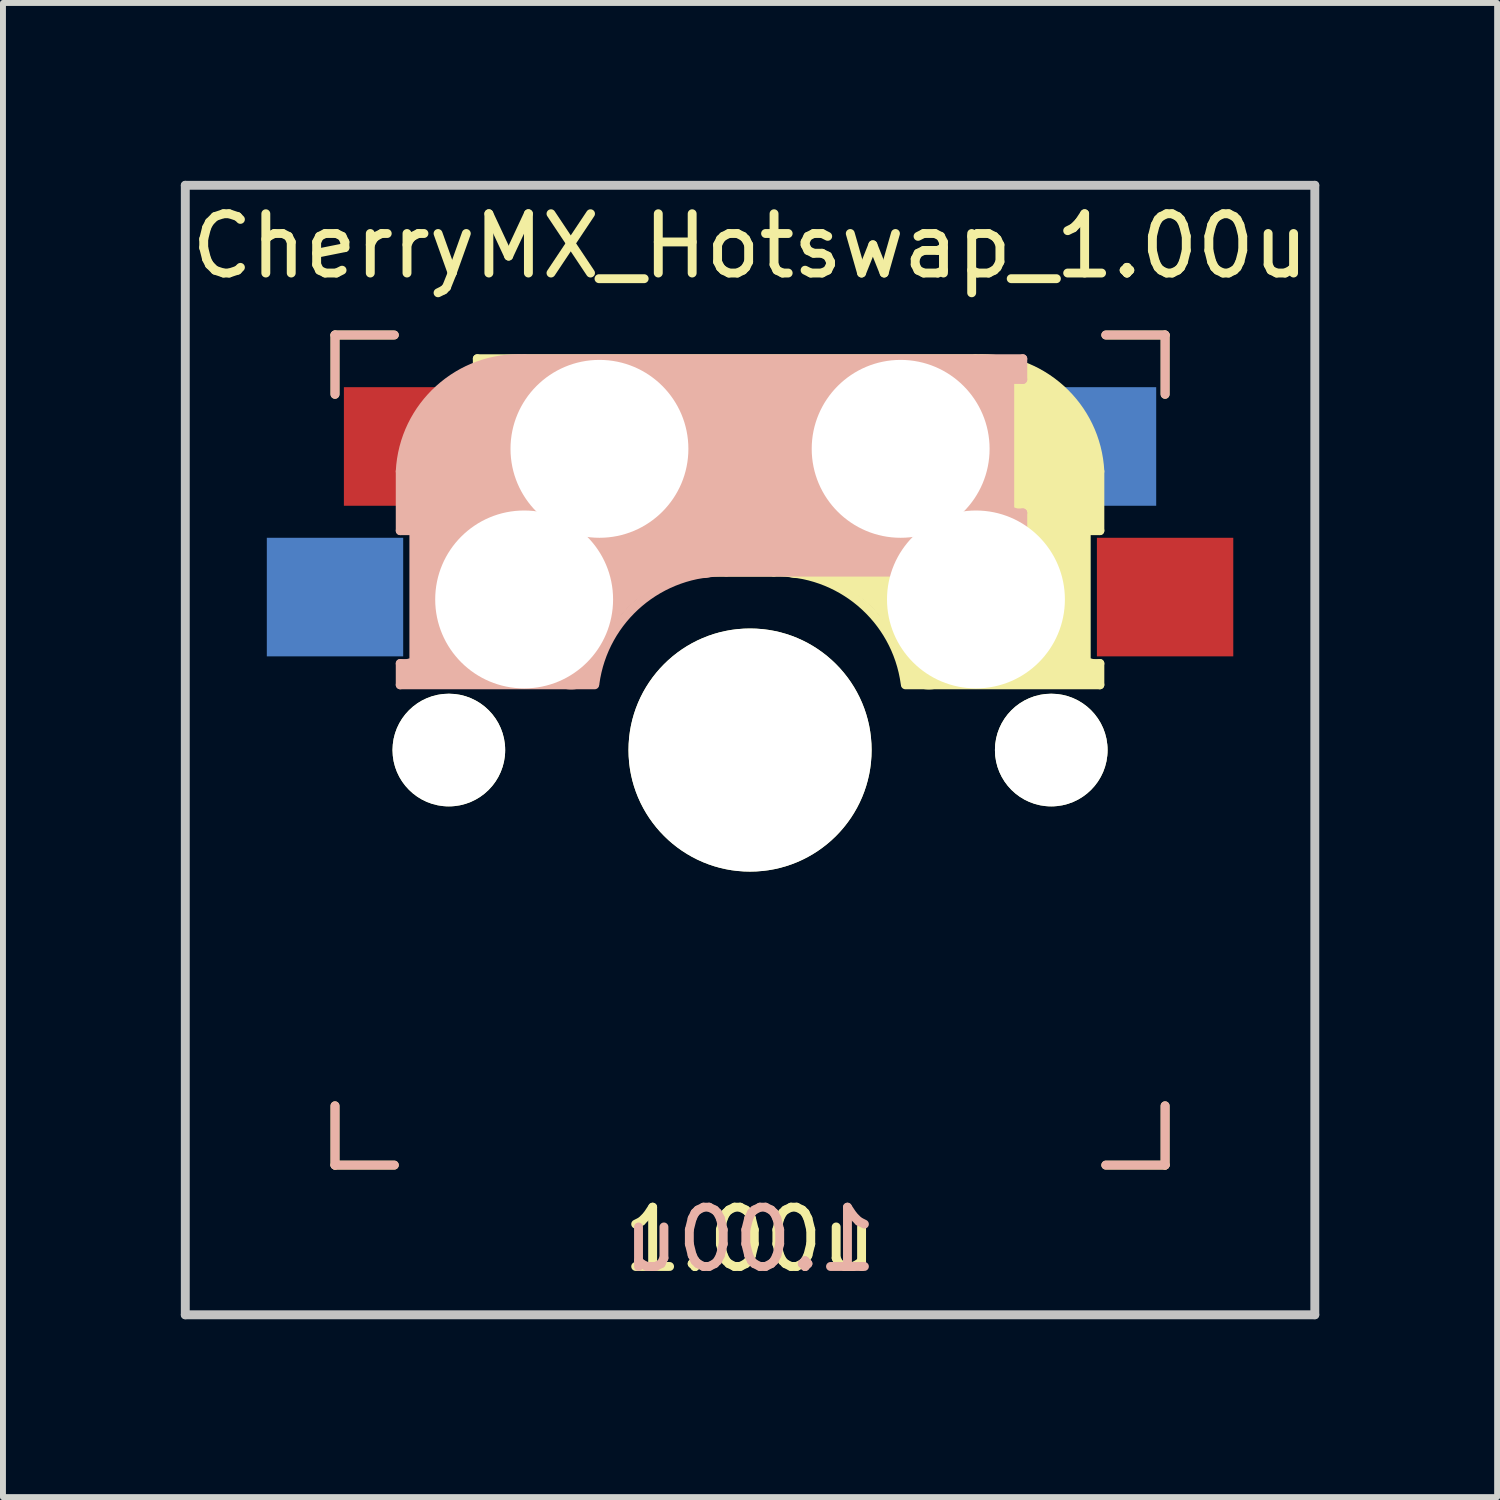
<source format=kicad_pcb>
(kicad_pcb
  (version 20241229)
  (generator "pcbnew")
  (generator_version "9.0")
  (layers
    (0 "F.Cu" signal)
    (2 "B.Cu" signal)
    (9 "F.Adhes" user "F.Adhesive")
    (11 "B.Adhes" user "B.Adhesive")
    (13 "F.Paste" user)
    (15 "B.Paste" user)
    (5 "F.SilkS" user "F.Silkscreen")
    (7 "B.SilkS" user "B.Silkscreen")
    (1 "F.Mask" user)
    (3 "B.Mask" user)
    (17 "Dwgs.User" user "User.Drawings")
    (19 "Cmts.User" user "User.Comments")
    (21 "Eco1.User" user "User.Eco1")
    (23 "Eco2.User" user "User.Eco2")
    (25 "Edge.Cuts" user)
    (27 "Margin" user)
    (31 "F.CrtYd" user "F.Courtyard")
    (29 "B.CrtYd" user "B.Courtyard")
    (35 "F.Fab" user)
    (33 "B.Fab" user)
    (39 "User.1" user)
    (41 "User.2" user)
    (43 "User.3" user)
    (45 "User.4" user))
  (footprint "CherryMX_Hotswap_1.00u"
    (layer "F.Cu")
    (at 9.6 9.6)
    (property "Reference" "CherryMX_Hotswap_1.00u" (at 0 -8.5 0) (layer "F.SilkS") (effects (font (size 1 1) (thickness 0.15))))
    (attr through_hole)
    (fp_line (start -7 -7) (end -6 -7) (stroke (width 0.15) (type solid)) (layer "F.SilkS"))
    (fp_line (start -7 -6) (end -7 -7) (stroke (width 0.15) (type solid)) (layer "F.SilkS"))
    (fp_line (start -7 6) (end -7 7) (stroke (width 0.15) (type solid)) (layer "F.SilkS"))
    (fp_line (start -7 7) (end -6 7) (stroke (width 0.15) (type solid)) (layer "F.SilkS"))
    (fp_line (start -4.6 -6.6) (end 3.8 -6.6) (stroke (width 0.15) (type solid)) (layer "F.SilkS"))
    (fp_line (start -4.6 -6.25) (end -4.6 -6.6) (stroke (width 0.15) (type solid)) (layer "F.SilkS"))
    (fp_line (start -4.6 -4) (end -4.4 -4) (stroke (width 0.15) (type solid)) (layer "F.SilkS"))
    (fp_line (start -4.6 -3) (end -4.6 -4) (stroke (width 0.15) (type solid)) (layer "F.SilkS"))
    (fp_line (start -4.4 -6.4) (end -3 -6.4) (stroke (width 0.4) (type solid)) (layer "F.SilkS"))
    (fp_line (start -4.4 -6.25) (end -4.6 -6.25) (stroke (width 0.15) (type solid)) (layer "F.SilkS"))
    (fp_line (start -4.4 -3.9) (end -4.4 -3.2) (stroke (width 0.4) (type solid)) (layer "F.SilkS"))
    (fp_line (start -4.38 -4) (end -4.38 -6.25) (stroke (width 0.15) (type solid)) (layer "F.SilkS"))
    (fp_line (start -4.3 -3.3) (end -2.9 -3.3) (stroke (width 0.5) (type solid)) (layer "F.SilkS"))
    (fp_line (start -3.9 -6) (end -3.9 -3.5) (stroke (width 1) (type solid)) (layer "F.SilkS"))
    (fp_line (start -2.6 -4.8) (end 4.1 -4.8) (stroke (width 3.5) (type solid)) (layer "F.SilkS"))
    (fp_line (start 0.4 -3) (end -4.6 -3) (stroke (width 0.15) (type solid)) (layer "F.SilkS"))
    (fp_line (start 4.17 -5.1) (end 4.17 -2.86) (stroke (width 3) (type solid)) (layer "F.SilkS"))
    (fp_line (start 5.3 -1.6) (end 5.3 -3.4) (stroke (width 0.8) (type solid)) (layer "F.SilkS"))
    (fp_line (start 5.67 -3.7) (end 5.67 -1.46) (stroke (width 0.15) (type solid)) (layer "F.SilkS"))
    (fp_line (start 5.7 -1.46) (end 5.9 -1.46) (stroke (width 0.15) (type solid)) (layer "F.SilkS"))
    (fp_line (start 5.7 -1.3) (end 3 -1.3) (stroke (width 0.5) (type solid)) (layer "F.SilkS"))
    (fp_line (start 5.8 -3.8) (end 5.8 -4.7) (stroke (width 0.3) (type solid)) (layer "F.SilkS"))
    (fp_line (start 5.9 -4.7) (end 5.9 -3.7) (stroke (width 0.15) (type solid)) (layer "F.SilkS"))
    (fp_line (start 5.9 -3.7) (end 5.7 -3.7) (stroke (width 0.15) (type solid)) (layer "F.SilkS"))
    (fp_line (start 5.9 -1.1) (end 2.62 -1.1) (stroke (width 0.15) (type solid)) (layer "F.SilkS"))
    (fp_line (start 5.9 -1.1) (end 5.9 -1.46) (stroke (width 0.15) (type solid)) (layer "F.SilkS"))
    (fp_line (start 6 7) (end 7 7) (stroke (width 0.15) (type solid)) (layer "F.SilkS"))
    (fp_line (start 7 -7) (end 6 -7) (stroke (width 0.15) (type solid)) (layer "F.SilkS"))
    (fp_line (start 7 -7) (end 7 -6) (stroke (width 0.15) (type solid)) (layer "F.SilkS"))
    (fp_line (start 7 7) (end 7 6) (stroke (width 0.15) (type solid)) (layer "F.SilkS"))
    (fp_arc (start 0.4 -3) (mid 1.868709 -2.486118) (end 2.616318 -1.121471) (stroke (width 0.15) (type solid)) (layer "F.SilkS"))
    (fp_arc (start 0.8 -3.4) (mid 2.268709 -2.886118) (end 3.016318 -1.521471) (stroke (width 1) (type solid)) (layer "F.SilkS"))
    (fp_arc (start 3.8 -6.600001) (mid 5.243504 -6.084925) (end 5.900001 -4.7) (stroke (width 0.15) (type solid)) (layer "F.SilkS"))
    (fp_line (start -7 -7) (end -6 -7) (stroke (width 0.15) (type solid)) (layer "B.SilkS"))
    (fp_line (start -7 -6) (end -7 -7) (stroke (width 0.15) (type solid)) (layer "B.SilkS"))
    (fp_line (start -7 6) (end -7 7) (stroke (width 0.15) (type solid)) (layer "B.SilkS"))
    (fp_line (start -7 7) (end -6 7) (stroke (width 0.15) (type solid)) (layer "B.SilkS"))
    (fp_line (start -5.9 -4.7) (end -5.9 -3.7) (stroke (width 0.15) (type solid)) (layer "B.SilkS"))
    (fp_line (start -5.9 -3.7) (end -5.7 -3.7) (stroke (width 0.15) (type solid)) (layer "B.SilkS"))
    (fp_line (start -5.9 -1.1) (end -5.9 -1.46) (stroke (width 0.15) (type solid)) (layer "B.SilkS"))
    (fp_line (start -5.9 -1.1) (end -2.62 -1.1) (stroke (width 0.15) (type solid)) (layer "B.SilkS"))
    (fp_line (start -5.8 -3.8) (end -5.8 -4.7) (stroke (width 0.3) (type solid)) (layer "B.SilkS"))
    (fp_line (start -5.7 -1.46) (end -5.9 -1.46) (stroke (width 0.15) (type solid)) (layer "B.SilkS"))
    (fp_line (start -5.7 -1.3) (end -3 -1.3) (stroke (width 0.5) (type solid)) (layer "B.SilkS"))
    (fp_line (start -5.67 -3.7) (end -5.67 -1.46) (stroke (width 0.15) (type solid)) (layer "B.SilkS"))
    (fp_line (start -5.3 -1.6) (end -5.3 -3.4) (stroke (width 0.8) (type solid)) (layer "B.SilkS"))
    (fp_line (start -4.17 -5.1) (end -4.17 -2.86) (stroke (width 3) (type solid)) (layer "B.SilkS"))
    (fp_line (start -0.4 -3) (end 4.6 -3) (stroke (width 0.15) (type solid)) (layer "B.SilkS"))
    (fp_line (start 2.6 -4.8) (end -4.1 -4.8) (stroke (width 3.5) (type solid)) (layer "B.SilkS"))
    (fp_line (start 3.9 -6) (end 3.9 -3.5) (stroke (width 1) (type solid)) (layer "B.SilkS"))
    (fp_line (start 4.3 -3.3) (end 2.9 -3.3) (stroke (width 0.5) (type solid)) (layer "B.SilkS"))
    (fp_line (start 4.38 -4) (end 4.38 -6.25) (stroke (width 0.15) (type solid)) (layer "B.SilkS"))
    (fp_line (start 4.4 -6.4) (end 3 -6.4) (stroke (width 0.4) (type solid)) (layer "B.SilkS"))
    (fp_line (start 4.4 -6.25) (end 4.6 -6.25) (stroke (width 0.15) (type solid)) (layer "B.SilkS"))
    (fp_line (start 4.4 -3.9) (end 4.4 -3.2) (stroke (width 0.4) (type solid)) (layer "B.SilkS"))
    (fp_line (start 4.6 -6.6) (end -3.8 -6.6) (stroke (width 0.15) (type solid)) (layer "B.SilkS"))
    (fp_line (start 4.6 -6.25) (end 4.6 -6.6) (stroke (width 0.15) (type solid)) (layer "B.SilkS"))
    (fp_line (start 4.6 -4) (end 4.4 -4) (stroke (width 0.15) (type solid)) (layer "B.SilkS"))
    (fp_line (start 4.6 -3) (end 4.6 -4) (stroke (width 0.15) (type solid)) (layer "B.SilkS"))
    (fp_line (start 6 7) (end 7 7) (stroke (width 0.15) (type solid)) (layer "B.SilkS"))
    (fp_line (start 7 -7) (end 6 -7) (stroke (width 0.15) (type solid)) (layer "B.SilkS"))
    (fp_line (start 7 -7) (end 7 -6) (stroke (width 0.15) (type solid)) (layer "B.SilkS"))
    (fp_line (start 7 7) (end 7 6) (stroke (width 0.15) (type solid)) (layer "B.SilkS"))
    (fp_arc (start -5.9 -4.699999) (mid -5.243504 -6.084924) (end -3.800001 -6.6) (stroke (width 0.15) (type solid)) (layer "B.SilkS"))
    (fp_arc (start -3.016318 -1.521471) (mid -2.268709 -2.886118) (end -0.8 -3.4) (stroke (width 1) (type solid)) (layer "B.SilkS"))
    (fp_arc (start -2.616318 -1.121471) (mid -1.868709 -2.486118) (end -0.4 -3) (stroke (width 0.15) (type solid)) (layer "B.SilkS"))
    (fp_line (start -9.525 -9.525) (end 9.525 -9.525) (stroke (width 0.15) (type solid)) (layer "Dwgs.User"))
    (fp_line (start -9.525 9.525) (end -9.525 -9.525) (stroke (width 0.15) (type solid)) (layer "Dwgs.User"))
    (fp_line (start 9.525 -9.525) (end 9.525 9.525) (stroke (width 0.15) (type solid)) (layer "Dwgs.User"))
    (fp_line (start 9.525 9.525) (end -9.525 9.525) (stroke (width 0.15) (type solid)) (layer "Dwgs.User"))
    (fp_text user "1.00u" (at 0 8.255 180) (layer "F.SilkS") (effects (font (size 1 1) (thickness 0.15))))
    (fp_text user "1.00u" (at 0 8.255 0) (layer "B.SilkS") (effects (font (size 1 1) (thickness 0.15)) (justify mirror)))
    (pad "" np_thru_hole circle (at -5.08 0) (size 1.9 1.9) (drill 1.9) (layers "*.Cu" "*.Mask" "F.SilkS"))
    (pad "" np_thru_hole circle (at -3.81 -2.54 180) (size 3 3) (drill 3) (layers "*.Cu" "*.Mask"))
    (pad "" np_thru_hole circle (at -2.54 -5.08 180) (size 3 3) (drill 3) (layers "*.Cu" "*.Mask"))
    (pad "" np_thru_hole circle (at 0 0 90) (size 4.1 4.1) (drill 4.1) (layers "*.Cu" "*.Mask" "F.SilkS"))
    (pad "" np_thru_hole circle (at 2.54 -5.08 180) (size 3 3) (drill 3) (layers "*.Cu" "*.Mask"))
    (pad "" np_thru_hole circle (at 3.81 -2.54 180) (size 3 3) (drill 3) (layers "*.Cu" "*.Mask"))
    (pad "" np_thru_hole circle (at 5.08 0) (size 1.9 1.9) (drill 1.9) (layers "*.Cu" "*.Mask" "F.SilkS"))
    (pad "1" smd rect (at -7 -2.58 180) (size 2.3 2) (layers "B.Cu" "B.Mask" "B.Paste"))
    (pad "1" smd rect (at 7 -2.58 180) (size 2.3 2) (layers "F.Cu" "F.Mask" "F.Paste"))
    (pad "2" smd rect (at -5.7 -5.12 180) (size 2.3 2) (layers "F.Cu" "F.Mask" "F.Paste"))
    (pad "2" smd rect (at 5.7 -5.12 180) (size 2.3 2) (layers "B.Cu" "B.Mask" "B.Paste")))
  (gr_rect
    (start -3 -3)
    (end 22.2 22.2)
    (stroke (width 0.1) (type default))
    (fill no)
    (layer "Edge.Cuts")))
</source>
